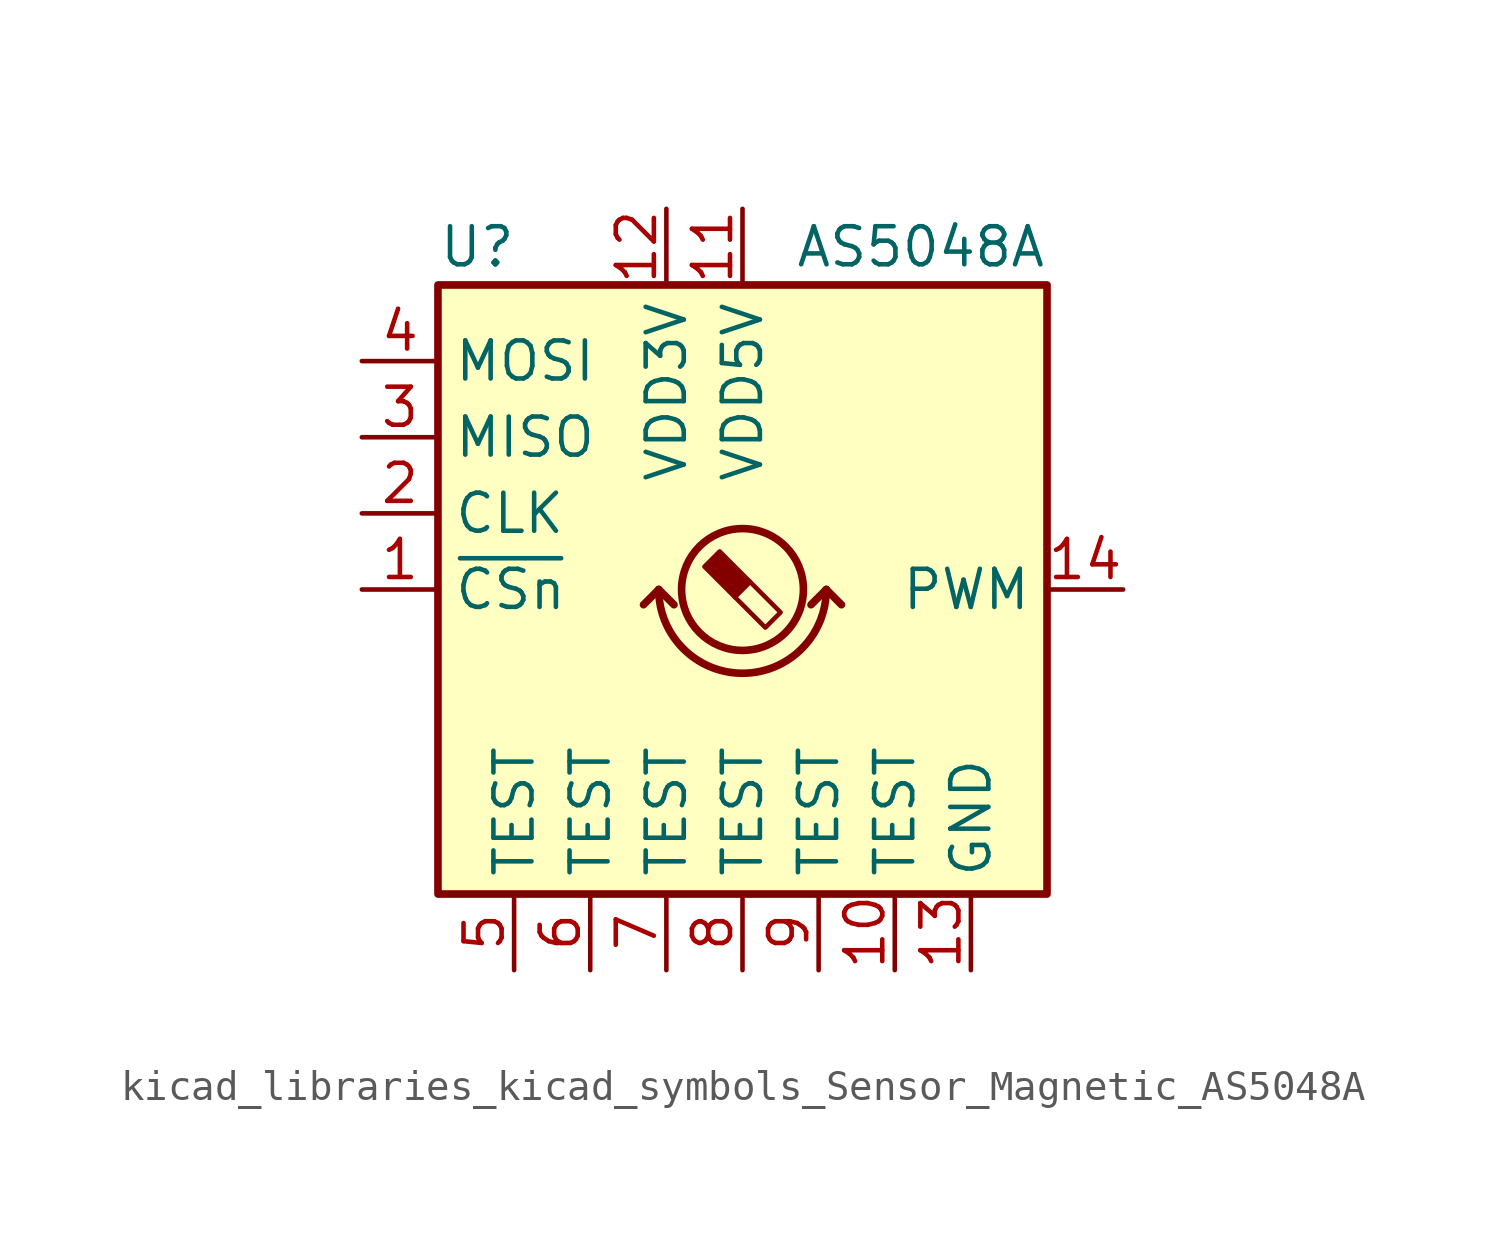
<source format=kicad_sym>
(kicad_symbol_lib
  (version 20220914)
  (generator kicad_symbol_editor)
  (symbol "kicad_libraries_kicad_symbols_Sensor_Magnetic_AS5048A"
    (property "Reference" "U"
      (at -10.16 11.43 0)
      (effects (font (size 1.27 1.27)) (justify left)))
    (property "Value" "AS5048A"
      (at 10.16 11.43 0)
      (effects (font (size 1.27 1.27)) (justify right)))
    (symbol "kicad_libraries_kicad_symbols_Sensor_Magnetic_AS5048A_0_1"
      (rectangle (start -10.16 10.16) (end 10.16 -10.16) (stroke (width 0.254) (type default)) (fill (type background)))
      (arc (start -2.794 0) (mid 0 -2.7819) (end 2.794 0) (stroke (width 0.254) (type default)) (fill (type none)))
      (polyline (pts (xy -2.794 0) (xy -3.302 -0.508)) (stroke (width 0.254) (type default)) (fill (type none)))
      (polyline (pts (xy -2.794 0) (xy -2.286 -0.508)) (stroke (width 0.254) (type default)) (fill (type none)))
      (polyline (pts (xy 2.794 0) (xy 2.286 -0.508)) (stroke (width 0.254) (type default)) (fill (type none)))
      (polyline (pts (xy 2.794 0) (xy 3.302 -0.508)) (stroke (width 0.254) (type default)) (fill (type none))))
    (symbol "kicad_libraries_kicad_symbols_Sensor_Magnetic_AS5048A_1_1"
      (polyline (pts (xy 0.254 0.254) (xy 1.27 -0.762) (xy 0.762 -1.27) (xy -0.254 -0.254)) (stroke (width 0) (type default)) (fill (type none)))
      (polyline (pts (xy -0.762 1.27) (xy 0.254 0.254) (xy -0.254 -0.254) (xy -1.27 0.762) (xy -1.016 1.016) (xy -0.762 1.27) (xy -0.635 1.143)) (stroke (width 0) (type default)) (fill (type outline)))
      (circle (center 0 0) (radius 2.032) (stroke (width 0.254) (type default)) (fill (type none)))
      (pin input line (at -12.7 0 0) (length 2.54) (name "~{CSn}" (effects (font (size 1.27 1.27)))) (number "1" (effects (font (size 1.27 1.27)))))
      (pin passive line (at 5.08 -12.7 90) (length 2.54) (name "TEST" (effects (font (size 1.27 1.27)))) (number "10" (effects (font (size 1.27 1.27)))))
      (pin power_in line (at 0 12.7 270) (length 2.54) (name "VDD5V" (effects (font (size 1.27 1.27)))) (number "11" (effects (font (size 1.27 1.27)))))
      (pin power_in line (at -2.54 12.7 270) (length 2.54) (name "VDD3V" (effects (font (size 1.27 1.27)))) (number "12" (effects (font (size 1.27 1.27)))))
      (pin power_in line (at 7.62 -12.7 90) (length 2.54) (name "GND" (effects (font (size 1.27 1.27)))) (number "13" (effects (font (size 1.27 1.27)))))
      (pin output line (at 12.7 0 180) (length 2.54) (name "PWM" (effects (font (size 1.27 1.27)))) (number "14" (effects (font (size 1.27 1.27)))))
      (pin input line (at -12.7 2.54 0) (length 2.54) (name "CLK" (effects (font (size 1.27 1.27)))) (number "2" (effects (font (size 1.27 1.27)))))
      (pin output line (at -12.7 5.08 0) (length 2.54) (name "MISO" (effects (font (size 1.27 1.27)))) (number "3" (effects (font (size 1.27 1.27)))))
      (pin input line (at -12.7 7.62 0) (length 2.54) (name "MOSI" (effects (font (size 1.27 1.27)))) (number "4" (effects (font (size 1.27 1.27)))))
      (pin passive line (at -7.62 -12.7 90) (length 2.54) (name "TEST" (effects (font (size 1.27 1.27)))) (number "5" (effects (font (size 1.27 1.27)))))
      (pin passive line (at -5.08 -12.7 90) (length 2.54) (name "TEST" (effects (font (size 1.27 1.27)))) (number "6" (effects (font (size 1.27 1.27)))))
      (pin passive line (at -2.54 -12.7 90) (length 2.54) (name "TEST" (effects (font (size 1.27 1.27)))) (number "7" (effects (font (size 1.27 1.27)))))
      (pin passive line (at 0 -12.7 90) (length 2.54) (name "TEST" (effects (font (size 1.27 1.27)))) (number "8" (effects (font (size 1.27 1.27)))))
      (pin passive line (at 2.54 -12.7 90) (length 2.54) (name "TEST" (effects (font (size 1.27 1.27)))) (number "9" (effects (font (size 1.27 1.27))))))))
</source>
